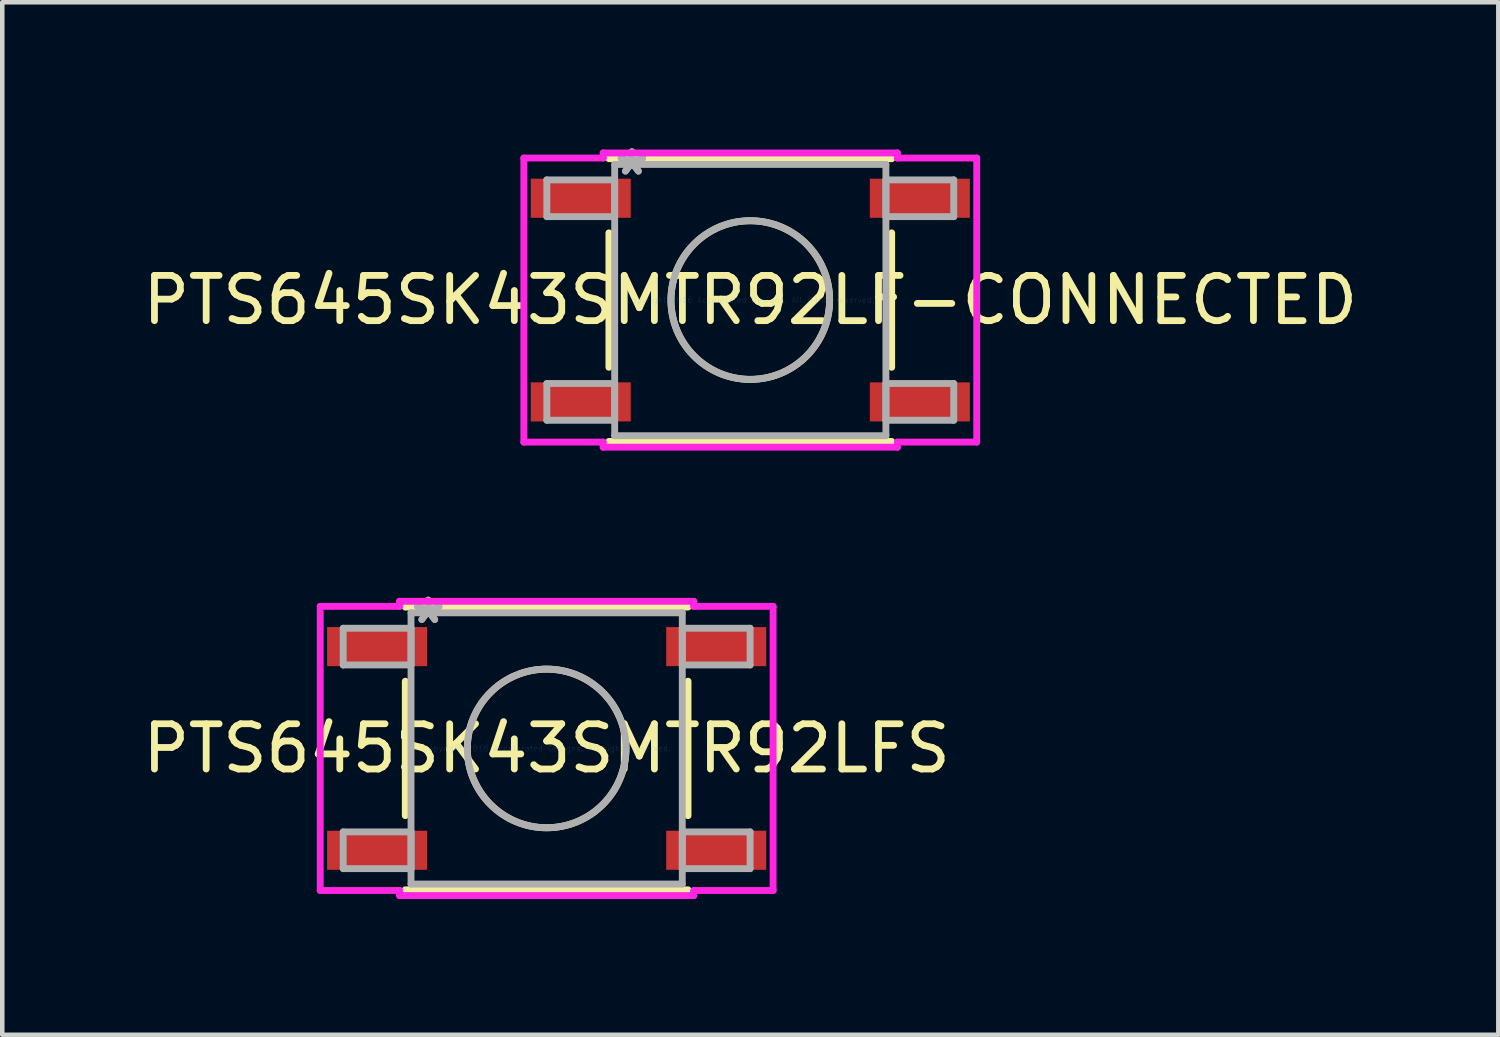
<source format=kicad_pcb>
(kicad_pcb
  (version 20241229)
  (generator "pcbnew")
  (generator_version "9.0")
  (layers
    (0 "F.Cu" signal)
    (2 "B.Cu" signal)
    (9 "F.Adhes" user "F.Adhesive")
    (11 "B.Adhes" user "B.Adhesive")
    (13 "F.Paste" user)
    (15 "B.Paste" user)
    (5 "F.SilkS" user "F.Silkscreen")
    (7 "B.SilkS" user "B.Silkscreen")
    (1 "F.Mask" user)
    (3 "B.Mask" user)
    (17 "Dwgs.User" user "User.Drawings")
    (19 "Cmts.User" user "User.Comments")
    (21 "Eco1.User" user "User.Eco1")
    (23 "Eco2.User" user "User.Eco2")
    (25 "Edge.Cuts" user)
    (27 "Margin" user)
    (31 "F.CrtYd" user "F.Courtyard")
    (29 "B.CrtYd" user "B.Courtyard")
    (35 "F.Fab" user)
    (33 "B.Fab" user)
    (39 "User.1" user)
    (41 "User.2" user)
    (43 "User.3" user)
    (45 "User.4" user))
  (footprint "PTS645SK43SMTR92LFS"
    (layer "F.Cu")
    (at 9.03 13.489)
    (property "Reference" "PTS645SK43SMTR92LFS" (at 0 0 0) (layer "F.SilkS") (effects (font (size 1 1) (thickness 0.15))))
    (attr through_hole)
    (fp_line (start -3.124 -1.485) (end -3.124 1.485) (stroke (width 0.152) (type solid)) (layer "F.SilkS"))
    (fp_line (start -3.124 3.124) (end 3.124 3.124) (stroke (width 0.152) (type solid)) (layer "F.SilkS"))
    (fp_line (start 3.124 -3.124) (end -3.124 -3.124) (stroke (width 0.152) (type solid)) (layer "F.SilkS"))
    (fp_line (start 3.124 1.485) (end 3.124 -1.485) (stroke (width 0.152) (type solid)) (layer "F.SilkS"))
    (fp_circle (center 0 0) (end 1.753 0) (stroke (width 0.152) (type solid)) (fill no) (layer "F.SilkS"))
    (fp_line (start -5.004 -3.139) (end -3.251 -3.139) (stroke (width 0.152) (type solid)) (layer "F.CrtYd"))
    (fp_line (start -5.004 3.139) (end -5.004 -3.139) (stroke (width 0.152) (type solid)) (layer "F.CrtYd"))
    (fp_line (start -3.251 -3.251) (end 3.251 -3.251) (stroke (width 0.152) (type solid)) (layer "F.CrtYd"))
    (fp_line (start -3.251 -3.139) (end -3.251 -3.251) (stroke (width 0.152) (type solid)) (layer "F.CrtYd"))
    (fp_line (start -3.251 3.139) (end -5.004 3.139) (stroke (width 0.152) (type solid)) (layer "F.CrtYd"))
    (fp_line (start -3.251 3.251) (end -3.251 3.139) (stroke (width 0.152) (type solid)) (layer "F.CrtYd"))
    (fp_line (start 3.251 -3.251) (end 3.251 -3.139) (stroke (width 0.152) (type solid)) (layer "F.CrtYd"))
    (fp_line (start 3.251 -3.139) (end 5.004 -3.139) (stroke (width 0.152) (type solid)) (layer "F.CrtYd"))
    (fp_line (start 3.251 3.139) (end 3.251 3.251) (stroke (width 0.152) (type solid)) (layer "F.CrtYd"))
    (fp_line (start 3.251 3.251) (end -3.251 3.251) (stroke (width 0.152) (type solid)) (layer "F.CrtYd"))
    (fp_line (start 5.004 -3.139) (end 5.004 3.139) (stroke (width 0.152) (type solid)) (layer "F.CrtYd"))
    (fp_line (start 5.004 3.139) (end 3.251 3.139) (stroke (width 0.152) (type solid)) (layer "F.CrtYd"))
    (fp_line (start -4.496 -2.656) (end -4.496 -1.844) (stroke (width 0.152) (type solid)) (layer "F.Fab"))
    (fp_line (start -4.496 -1.844) (end -2.997 -1.844) (stroke (width 0.152) (type solid)) (layer "F.Fab"))
    (fp_line (start -4.496 1.844) (end -4.496 2.656) (stroke (width 0.152) (type solid)) (layer "F.Fab"))
    (fp_line (start -4.496 2.656) (end -2.997 2.656) (stroke (width 0.152) (type solid)) (layer "F.Fab"))
    (fp_line (start -2.997 -2.997) (end -2.997 2.997) (stroke (width 0.152) (type solid)) (layer "F.Fab"))
    (fp_line (start -2.997 -2.656) (end -4.496 -2.656) (stroke (width 0.152) (type solid)) (layer "F.Fab"))
    (fp_line (start -2.997 -1.844) (end -2.997 -2.656) (stroke (width 0.152) (type solid)) (layer "F.Fab"))
    (fp_line (start -2.997 1.844) (end -4.496 1.844) (stroke (width 0.152) (type solid)) (layer "F.Fab"))
    (fp_line (start -2.997 2.656) (end -2.997 1.844) (stroke (width 0.152) (type solid)) (layer "F.Fab"))
    (fp_line (start -2.997 2.997) (end 2.997 2.997) (stroke (width 0.152) (type solid)) (layer "F.Fab"))
    (fp_line (start 2.997 -2.997) (end -2.997 -2.997) (stroke (width 0.152) (type solid)) (layer "F.Fab"))
    (fp_line (start 2.997 -2.656) (end 2.997 -1.844) (stroke (width 0.152) (type solid)) (layer "F.Fab"))
    (fp_line (start 2.997 -1.844) (end 4.496 -1.844) (stroke (width 0.152) (type solid)) (layer "F.Fab"))
    (fp_line (start 2.997 1.844) (end 2.997 2.656) (stroke (width 0.152) (type solid)) (layer "F.Fab"))
    (fp_line (start 2.997 2.656) (end 4.496 2.656) (stroke (width 0.152) (type solid)) (layer "F.Fab"))
    (fp_line (start 2.997 2.997) (end 2.997 -2.997) (stroke (width 0.152) (type solid)) (layer "F.Fab"))
    (fp_line (start 4.496 -2.656) (end 2.997 -2.656) (stroke (width 0.152) (type solid)) (layer "F.Fab"))
    (fp_line (start 4.496 -1.844) (end 4.496 -2.656) (stroke (width 0.152) (type solid)) (layer "F.Fab"))
    (fp_line (start 4.496 1.844) (end 2.997 1.844) (stroke (width 0.152) (type solid)) (layer "F.Fab"))
    (fp_line (start 4.496 2.656) (end 4.496 1.844) (stroke (width 0.152) (type solid)) (layer "F.Fab"))
    (fp_circle (center 0 0) (end 1.753 0) (stroke (width 0.152) (type solid)) (fill no) (layer "F.Fab"))
    (fp_text user "Copyright 2016 Accelerated Designs. All rights reserved." (at 0 0 0) (layer "Cmts.User") (effects (font (size 0.127 0.127) (thickness 0.002))))
    (fp_text user "*" (at -2.616 -2.733 0) (layer "F.Fab") (effects (font (size 1 1) (thickness 0.15))))
    (fp_text user "*" (at -2.616 -2.733 0) (layer "F.Fab") (effects (font (size 1 1) (thickness 0.15))))
    (pad "1" smd rect (at -3.747 -2.25) (size 2.21 0.864) (layers "F.Cu" "F.Mask" "F.Paste"))
    (pad "2" smd rect (at 3.747 -2.25) (size 2.21 0.864) (layers "F.Cu" "F.Mask" "F.Paste"))
    (pad "3" smd rect (at -3.747 2.25) (size 2.21 0.864) (layers "F.Cu" "F.Mask" "F.Paste"))
    (pad "4" smd rect (at 3.747 2.25) (size 2.21 0.864) (layers "F.Cu" "F.Mask" "F.Paste")))
  (footprint "PTS645SK43SMTR92LF-CONNECTED"
    (layer "F.Cu")
    (at 13.53 3.581)
    (property "Reference" "PTS645SK43SMTR92LF-CONNECTED" (at 0 0 0) (layer "F.SilkS") (effects (font (size 1 1) (thickness 0.15))))
    (attr through_hole)
    (fp_line (start -3.124 -1.485) (end -3.124 1.485) (stroke (width 0.152) (type solid)) (layer "F.SilkS"))
    (fp_line (start -3.124 3.124) (end 3.124 3.124) (stroke (width 0.152) (type solid)) (layer "F.SilkS"))
    (fp_line (start 3.124 -3.124) (end -3.124 -3.124) (stroke (width 0.152) (type solid)) (layer "F.SilkS"))
    (fp_line (start 3.124 1.485) (end 3.124 -1.485) (stroke (width 0.152) (type solid)) (layer "F.SilkS"))
    (fp_circle (center 0 0) (end 1.753 0) (stroke (width 0.152) (type solid)) (fill no) (layer "F.SilkS"))
    (fp_line (start -5.004 -3.139) (end -3.251 -3.139) (stroke (width 0.152) (type solid)) (layer "F.CrtYd"))
    (fp_line (start -5.004 3.139) (end -5.004 -3.139) (stroke (width 0.152) (type solid)) (layer "F.CrtYd"))
    (fp_line (start -3.251 -3.251) (end 3.251 -3.251) (stroke (width 0.152) (type solid)) (layer "F.CrtYd"))
    (fp_line (start -3.251 -3.139) (end -3.251 -3.251) (stroke (width 0.152) (type solid)) (layer "F.CrtYd"))
    (fp_line (start -3.251 3.139) (end -5.004 3.139) (stroke (width 0.152) (type solid)) (layer "F.CrtYd"))
    (fp_line (start -3.251 3.251) (end -3.251 3.139) (stroke (width 0.152) (type solid)) (layer "F.CrtYd"))
    (fp_line (start 3.251 -3.251) (end 3.251 -3.139) (stroke (width 0.152) (type solid)) (layer "F.CrtYd"))
    (fp_line (start 3.251 -3.139) (end 5.004 -3.139) (stroke (width 0.152) (type solid)) (layer "F.CrtYd"))
    (fp_line (start 3.251 3.139) (end 3.251 3.251) (stroke (width 0.152) (type solid)) (layer "F.CrtYd"))
    (fp_line (start 3.251 3.251) (end -3.251 3.251) (stroke (width 0.152) (type solid)) (layer "F.CrtYd"))
    (fp_line (start 5.004 -3.139) (end 5.004 3.139) (stroke (width 0.152) (type solid)) (layer "F.CrtYd"))
    (fp_line (start 5.004 3.139) (end 3.251 3.139) (stroke (width 0.152) (type solid)) (layer "F.CrtYd"))
    (fp_line (start -4.496 -2.656) (end -4.496 -1.844) (stroke (width 0.152) (type solid)) (layer "F.Fab"))
    (fp_line (start -4.496 -1.844) (end -2.997 -1.844) (stroke (width 0.152) (type solid)) (layer "F.Fab"))
    (fp_line (start -4.496 1.844) (end -4.496 2.656) (stroke (width 0.152) (type solid)) (layer "F.Fab"))
    (fp_line (start -4.496 2.656) (end -2.997 2.656) (stroke (width 0.152) (type solid)) (layer "F.Fab"))
    (fp_line (start -2.997 -2.997) (end -2.997 2.997) (stroke (width 0.152) (type solid)) (layer "F.Fab"))
    (fp_line (start -2.997 -2.656) (end -4.496 -2.656) (stroke (width 0.152) (type solid)) (layer "F.Fab"))
    (fp_line (start -2.997 -1.844) (end -2.997 -2.656) (stroke (width 0.152) (type solid)) (layer "F.Fab"))
    (fp_line (start -2.997 1.844) (end -4.496 1.844) (stroke (width 0.152) (type solid)) (layer "F.Fab"))
    (fp_line (start -2.997 2.656) (end -2.997 1.844) (stroke (width 0.152) (type solid)) (layer "F.Fab"))
    (fp_line (start -2.997 2.997) (end 2.997 2.997) (stroke (width 0.152) (type solid)) (layer "F.Fab"))
    (fp_line (start 2.997 -2.997) (end -2.997 -2.997) (stroke (width 0.152) (type solid)) (layer "F.Fab"))
    (fp_line (start 2.997 -2.656) (end 2.997 -1.844) (stroke (width 0.152) (type solid)) (layer "F.Fab"))
    (fp_line (start 2.997 -1.844) (end 4.496 -1.844) (stroke (width 0.152) (type solid)) (layer "F.Fab"))
    (fp_line (start 2.997 1.844) (end 2.997 2.656) (stroke (width 0.152) (type solid)) (layer "F.Fab"))
    (fp_line (start 2.997 2.656) (end 4.496 2.656) (stroke (width 0.152) (type solid)) (layer "F.Fab"))
    (fp_line (start 2.997 2.997) (end 2.997 -2.997) (stroke (width 0.152) (type solid)) (layer "F.Fab"))
    (fp_line (start 4.496 -2.656) (end 2.997 -2.656) (stroke (width 0.152) (type solid)) (layer "F.Fab"))
    (fp_line (start 4.496 -1.844) (end 4.496 -2.656) (stroke (width 0.152) (type solid)) (layer "F.Fab"))
    (fp_line (start 4.496 1.844) (end 2.997 1.844) (stroke (width 0.152) (type solid)) (layer "F.Fab"))
    (fp_line (start 4.496 2.656) (end 4.496 1.844) (stroke (width 0.152) (type solid)) (layer "F.Fab"))
    (fp_circle (center 0 0) (end 1.753 0) (stroke (width 0.152) (type solid)) (fill no) (layer "F.Fab"))
    (fp_text user "Copyright 2016 Accelerated Designs. All rights reserved." (at 0 0 0) (layer "Cmts.User") (effects (font (size 0.127 0.127) (thickness 0.002))))
    (fp_text user "*" (at -2.616 -2.733 0) (layer "F.Fab") (effects (font (size 1 1) (thickness 0.15))))
    (fp_text user "*" (at -2.616 -2.733 0) (layer "F.Fab") (effects (font (size 1 1) (thickness 0.15))))
    (pad "1" smd rect (at -3.747 -2.25) (size 2.21 0.864) (layers "F.Cu" "F.Mask" "F.Paste"))
    (pad "1" smd rect (at -3.747 2.25) (size 2.21 0.864) (layers "F.Cu" "F.Mask" "F.Paste"))
    (pad "2" smd rect (at 3.747 -2.25) (size 2.21 0.864) (layers "F.Cu" "F.Mask" "F.Paste"))
    (pad "2" smd rect (at 3.747 2.25) (size 2.21 0.864) (layers "F.Cu" "F.Mask" "F.Paste")))
  (gr_rect
    (start -3 -3)
    (end 30.06 19.817)
    (stroke (width 0.1) (type default))
    (fill no)
    (layer "Edge.Cuts")))
</source>
